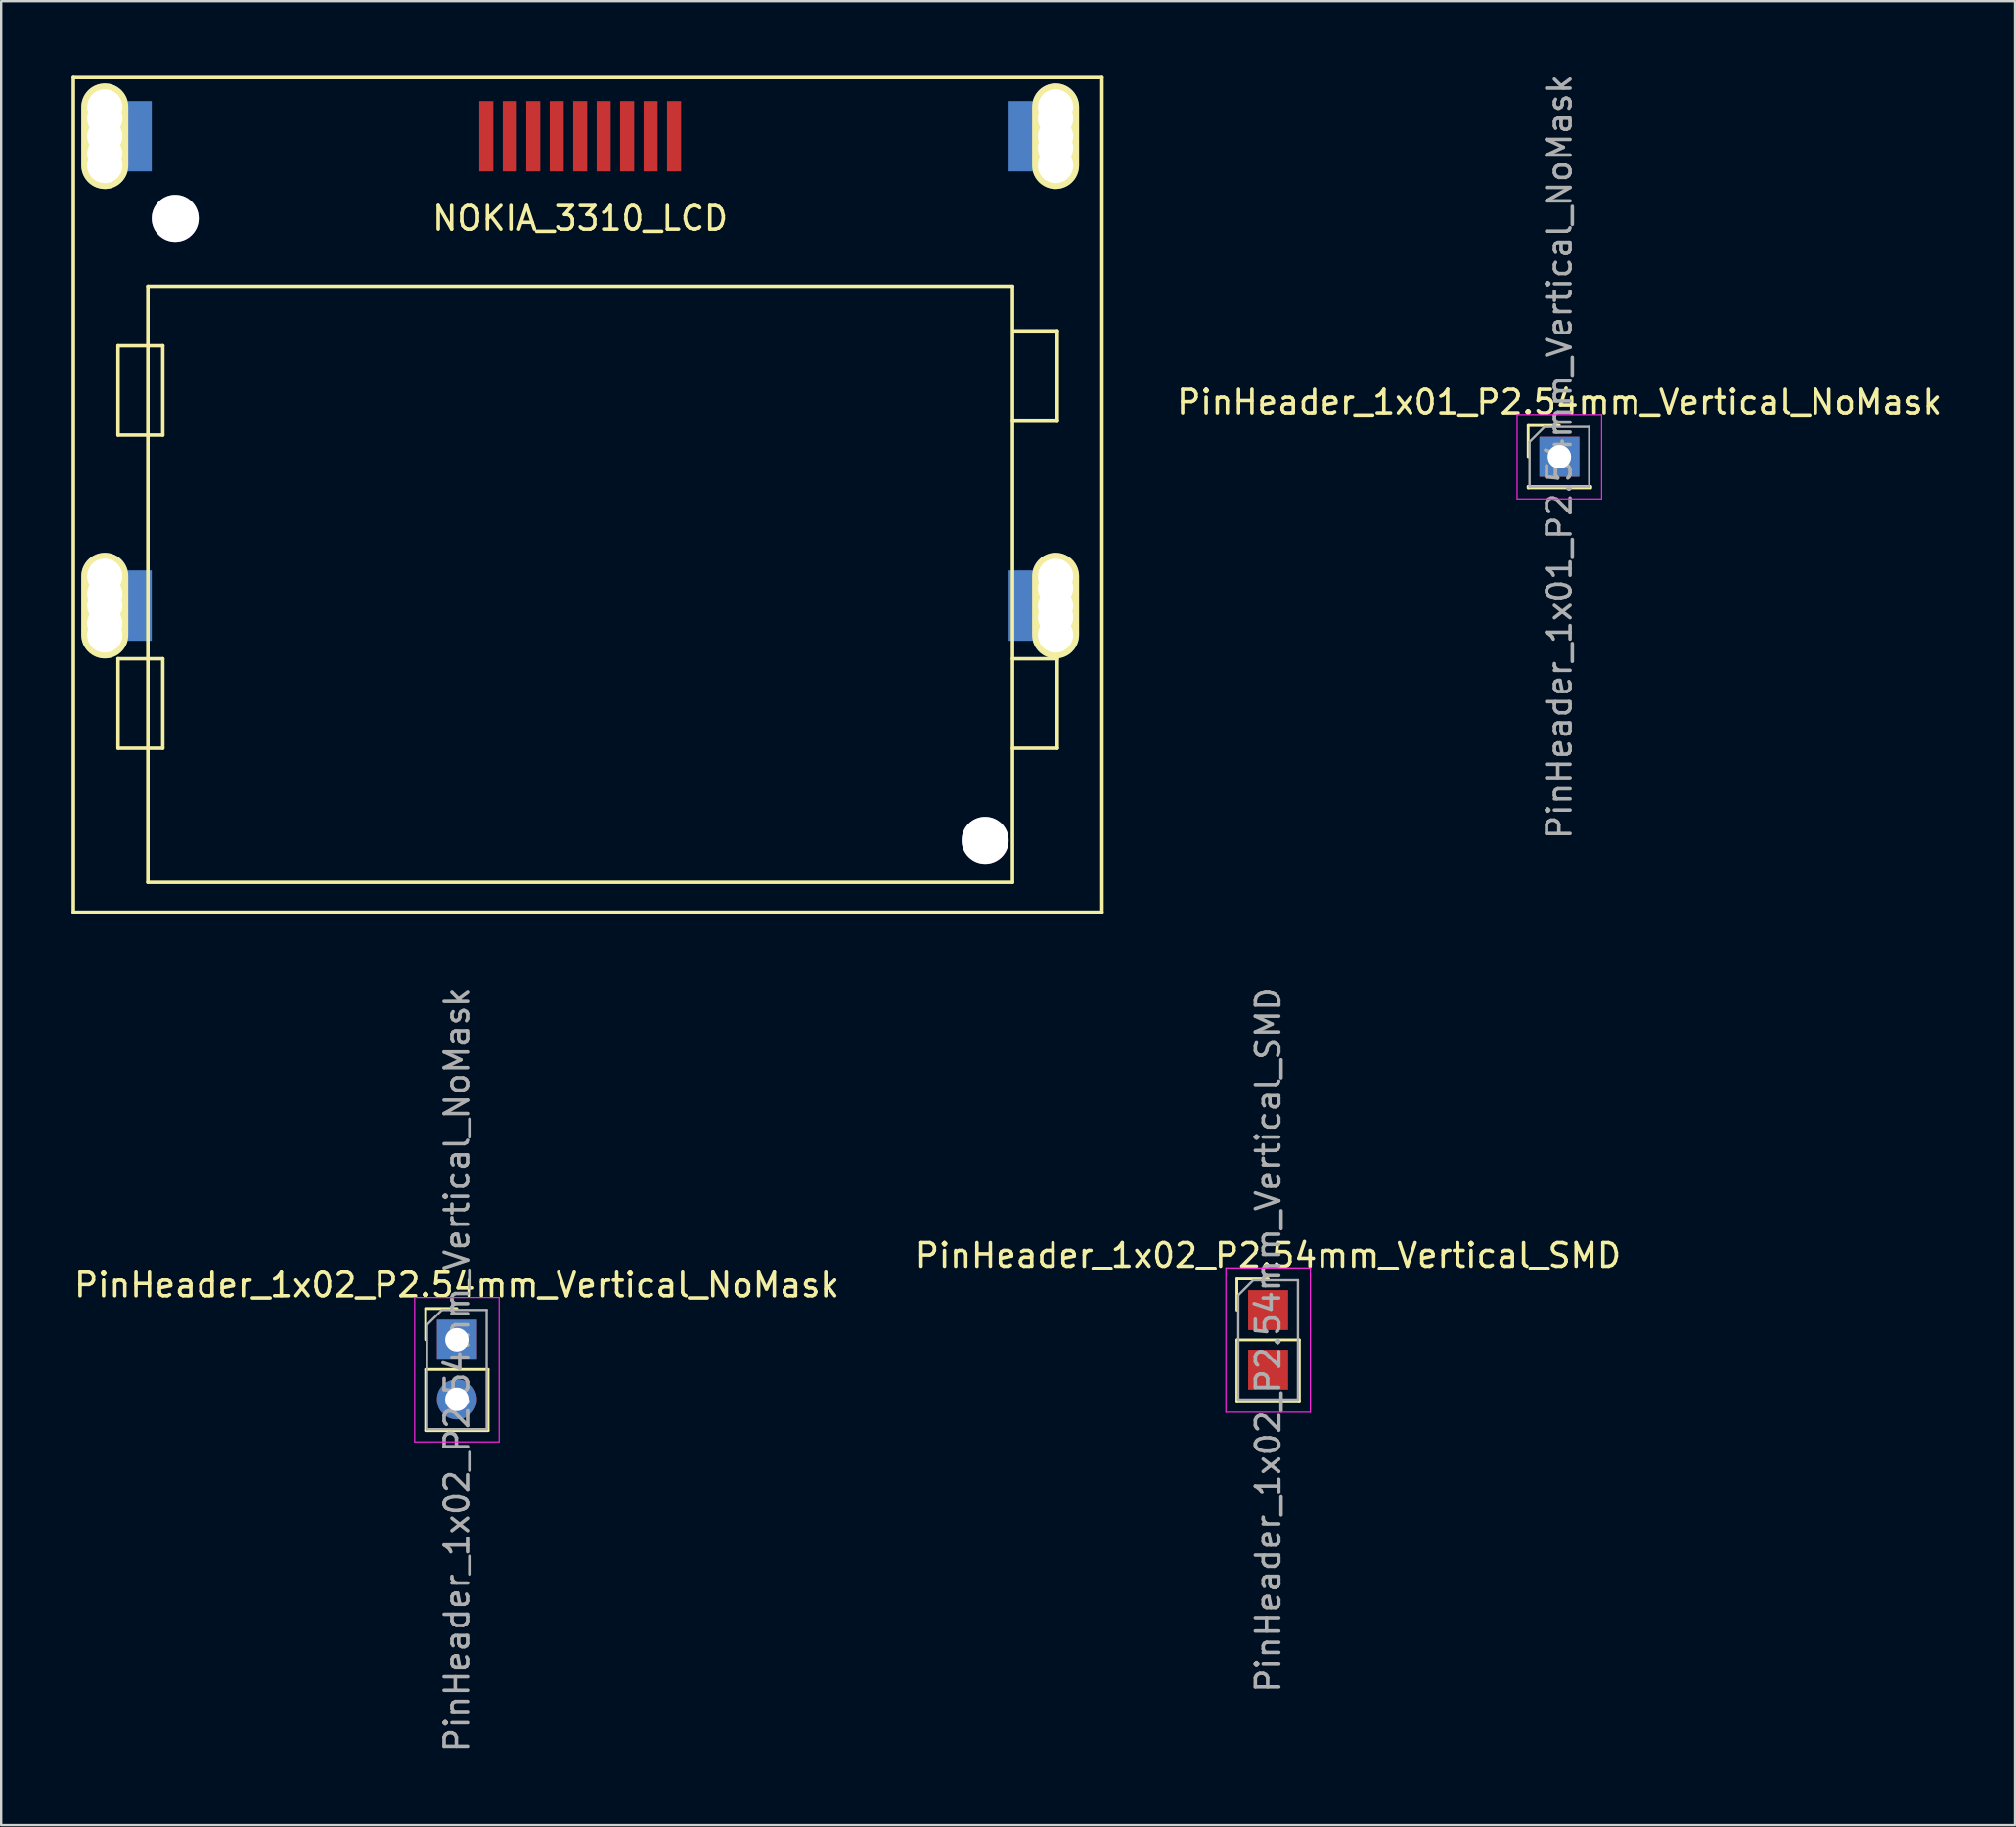
<source format=kicad_pcb>
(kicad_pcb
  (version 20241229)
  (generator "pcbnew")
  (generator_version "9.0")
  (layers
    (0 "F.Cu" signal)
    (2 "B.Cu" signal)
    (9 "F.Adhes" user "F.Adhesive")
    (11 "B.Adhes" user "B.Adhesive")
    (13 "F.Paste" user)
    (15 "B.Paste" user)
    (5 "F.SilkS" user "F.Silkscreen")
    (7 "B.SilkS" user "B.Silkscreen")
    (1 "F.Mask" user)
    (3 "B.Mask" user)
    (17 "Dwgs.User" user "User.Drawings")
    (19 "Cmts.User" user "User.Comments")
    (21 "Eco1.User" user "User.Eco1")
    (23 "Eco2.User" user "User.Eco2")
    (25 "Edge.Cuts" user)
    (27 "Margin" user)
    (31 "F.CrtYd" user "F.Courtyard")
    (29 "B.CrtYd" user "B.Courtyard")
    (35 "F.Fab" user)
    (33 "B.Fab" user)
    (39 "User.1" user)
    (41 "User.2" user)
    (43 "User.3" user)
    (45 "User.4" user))
  (footprint "PinHeader_1x01_P2.54mm_Vertical_NoMask"
    (layer "F.Cu")
    (at 63.376 16.411)
    (property "Reference" "PinHeader_1x01_P2.54mm_Vertical_NoMask" (at 0 -2.33 0) (layer "F.SilkS") (effects (font (size 1 1) (thickness 0.15))))
    (attr through_hole)
    (fp_line (start -1.33 -1.33) (end 0 -1.33) (stroke (width 0.12) (type solid)) (layer "F.SilkS"))
    (fp_line (start -1.33 0) (end -1.33 -1.33) (stroke (width 0.12) (type solid)) (layer "F.SilkS"))
    (fp_line (start -1.33 1.27) (end -1.33 1.33) (stroke (width 0.12) (type solid)) (layer "F.SilkS"))
    (fp_line (start -1.33 1.27) (end 1.33 1.27) (stroke (width 0.12) (type solid)) (layer "F.SilkS"))
    (fp_line (start -1.33 1.33) (end 1.33 1.33) (stroke (width 0.12) (type solid)) (layer "F.SilkS"))
    (fp_line (start 1.33 1.27) (end 1.33 1.33) (stroke (width 0.12) (type solid)) (layer "F.SilkS"))
    (fp_line (start -1.8 -1.8) (end -1.8 1.8) (stroke (width 0.05) (type solid)) (layer "F.CrtYd"))
    (fp_line (start -1.8 1.8) (end 1.8 1.8) (stroke (width 0.05) (type solid)) (layer "F.CrtYd"))
    (fp_line (start 1.8 -1.8) (end -1.8 -1.8) (stroke (width 0.05) (type solid)) (layer "F.CrtYd"))
    (fp_line (start 1.8 1.8) (end 1.8 -1.8) (stroke (width 0.05) (type solid)) (layer "F.CrtYd"))
    (fp_line (start -1.27 -0.635) (end -0.635 -1.27) (stroke (width 0.1) (type solid)) (layer "F.Fab"))
    (fp_line (start -1.27 1.27) (end -1.27 -0.635) (stroke (width 0.1) (type solid)) (layer "F.Fab"))
    (fp_line (start -0.635 -1.27) (end 1.27 -1.27) (stroke (width 0.1) (type solid)) (layer "F.Fab"))
    (fp_line (start 1.27 -1.27) (end 1.27 1.27) (stroke (width 0.1) (type solid)) (layer "F.Fab"))
    (fp_line (start 1.27 1.27) (end -1.27 1.27) (stroke (width 0.1) (type solid)) (layer "F.Fab"))
    (fp_text user "${REFERENCE}" (at 0 0 90) (layer "F.Fab") (effects (font (size 1 1) (thickness 0.15))))
    (pad "1" thru_hole rect (at 0 0) (size 1.7 1.7) (drill 1) (layers "*.Cu" "F.Mask")))
  (footprint "PinHeader_1x02_P2.54mm_Vertical_NoMask"
    (layer "F.Cu")
    (at 16.411 54.026)
    (property "Reference" "PinHeader_1x02_P2.54mm_Vertical_NoMask" (at 0 -2.33 0) (layer "F.SilkS") (effects (font (size 1 1) (thickness 0.15))))
    (attr through_hole)
    (fp_line (start -1.33 -1.33) (end 0 -1.33) (stroke (width 0.12) (type solid)) (layer "F.SilkS"))
    (fp_line (start -1.33 0) (end -1.33 -1.33) (stroke (width 0.12) (type solid)) (layer "F.SilkS"))
    (fp_line (start -1.33 1.27) (end -1.33 3.87) (stroke (width 0.12) (type solid)) (layer "F.SilkS"))
    (fp_line (start -1.33 1.27) (end 1.33 1.27) (stroke (width 0.12) (type solid)) (layer "F.SilkS"))
    (fp_line (start -1.33 3.87) (end 1.33 3.87) (stroke (width 0.12) (type solid)) (layer "F.SilkS"))
    (fp_line (start 1.33 1.27) (end 1.33 3.87) (stroke (width 0.12) (type solid)) (layer "F.SilkS"))
    (fp_line (start -1.8 -1.8) (end -1.8 4.35) (stroke (width 0.05) (type solid)) (layer "F.CrtYd"))
    (fp_line (start -1.8 4.35) (end 1.8 4.35) (stroke (width 0.05) (type solid)) (layer "F.CrtYd"))
    (fp_line (start 1.8 -1.8) (end -1.8 -1.8) (stroke (width 0.05) (type solid)) (layer "F.CrtYd"))
    (fp_line (start 1.8 4.35) (end 1.8 -1.8) (stroke (width 0.05) (type solid)) (layer "F.CrtYd"))
    (fp_line (start -1.27 -0.635) (end -0.635 -1.27) (stroke (width 0.1) (type solid)) (layer "F.Fab"))
    (fp_line (start -1.27 3.81) (end -1.27 -0.635) (stroke (width 0.1) (type solid)) (layer "F.Fab"))
    (fp_line (start -0.635 -1.27) (end 1.27 -1.27) (stroke (width 0.1) (type solid)) (layer "F.Fab"))
    (fp_line (start 1.27 -1.27) (end 1.27 3.81) (stroke (width 0.1) (type solid)) (layer "F.Fab"))
    (fp_line (start 1.27 3.81) (end -1.27 3.81) (stroke (width 0.1) (type solid)) (layer "F.Fab"))
    (fp_text user "${REFERENCE}" (at 0 1.27 90) (layer "F.Fab") (effects (font (size 1 1) (thickness 0.15))))
    (pad "1" thru_hole rect (at 0 0) (size 1.7 1.7) (drill 1) (layers "*.Cu" "F.Mask"))
    (pad "2" thru_hole oval (at 0 2.54) (size 1.7 1.7) (drill 1) (layers "*.Cu" "F.Mask")))
  (footprint "NOKIA_3310_LCD"
    (layer "F.Cu")
    (at 21.665 0.25)
    (property "Reference" "NOKIA_3310_LCD" (at 0 6 0) (layer "F.SilkS") (effects (font (size 1 1) (thickness 0.15))))
    (attr through_hole)
    (fp_line (start -21.59 0) (end 22.225 0) (stroke (width 0.15) (type solid)) (layer "F.SilkS"))
    (fp_line (start -21.59 35.56) (end -21.59 0) (stroke (width 0.15) (type solid)) (layer "F.SilkS"))
    (fp_line (start -19.685 11.43) (end -19.685 15.24) (stroke (width 0.15) (type solid)) (layer "F.SilkS"))
    (fp_line (start -19.685 11.43) (end -17.78 11.43) (stroke (width 0.15) (type solid)) (layer "F.SilkS"))
    (fp_line (start -19.685 24.765) (end -19.685 28.575) (stroke (width 0.15) (type solid)) (layer "F.SilkS"))
    (fp_line (start -19.685 24.765) (end -17.78 24.765) (stroke (width 0.15) (type solid)) (layer "F.SilkS"))
    (fp_line (start -18.415 8.89) (end -18.415 34.29) (stroke (width 0.15) (type solid)) (layer "F.SilkS"))
    (fp_line (start -18.415 8.89) (end 18.415 8.89) (stroke (width 0.15) (type solid)) (layer "F.SilkS"))
    (fp_line (start -17.78 11.43) (end -17.78 15.24) (stroke (width 0.15) (type solid)) (layer "F.SilkS"))
    (fp_line (start -17.78 15.24) (end -19.685 15.24) (stroke (width 0.15) (type solid)) (layer "F.SilkS"))
    (fp_line (start -17.78 24.765) (end -17.78 28.575) (stroke (width 0.15) (type solid)) (layer "F.SilkS"))
    (fp_line (start -17.78 28.575) (end -19.685 28.575) (stroke (width 0.15) (type solid)) (layer "F.SilkS"))
    (fp_line (start 18.415 8.89) (end 18.415 34.29) (stroke (width 0.15) (type solid)) (layer "F.SilkS"))
    (fp_line (start 18.415 14.605) (end 20.32 14.605) (stroke (width 0.15) (type solid)) (layer "F.SilkS"))
    (fp_line (start 18.415 28.575) (end 20.32 28.575) (stroke (width 0.15) (type solid)) (layer "F.SilkS"))
    (fp_line (start 18.415 34.29) (end -18.415 34.29) (stroke (width 0.15) (type solid)) (layer "F.SilkS"))
    (fp_line (start 20.32 10.795) (end 18.455 10.795) (stroke (width 0.15) (type solid)) (layer "F.SilkS"))
    (fp_line (start 20.32 10.795) (end 20.32 14.605) (stroke (width 0.15) (type solid)) (layer "F.SilkS"))
    (fp_line (start 20.32 24.765) (end 18.415 24.765) (stroke (width 0.15) (type solid)) (layer "F.SilkS"))
    (fp_line (start 20.32 24.765) (end 20.32 28.575) (stroke (width 0.15) (type solid)) (layer "F.SilkS"))
    (fp_line (start 22.225 0) (end 22.225 35.56) (stroke (width 0.15) (type solid)) (layer "F.SilkS"))
    (fp_line (start 22.225 35.56) (end -21.59 35.56) (stroke (width 0.15) (type solid)) (layer "F.SilkS"))
    (pad "" np_thru_hole circle (at -20.25 1.25) (size 1.5 1.5) (drill 1.5) (layers "*.Mask" "B.Cu" "F.SilkS"))
    (pad "" np_thru_hole circle (at -20.25 1.75) (size 1.5 1.5) (drill 1.5) (layers "*.Mask" "B.Cu" "F.SilkS"))
    (pad "" np_thru_hole oval (at -20.25 2.5) (size 2 4.5) (drill 1.5) (layers "*.Mask" "B.Cu" "F.SilkS"))
    (pad "" np_thru_hole circle (at -20.25 3.25) (size 1.5 1.5) (drill 1.5) (layers "*.Mask" "B.Cu" "F.SilkS"))
    (pad "" np_thru_hole circle (at -20.25 3.75) (size 1.5 1.5) (drill 1.5) (layers "*.Mask" "B.Cu" "F.SilkS"))
    (pad "" np_thru_hole circle (at -20.25 21.25) (size 1.5 1.5) (drill 1.5) (layers "*.Mask" "B.Cu" "F.SilkS"))
    (pad "" np_thru_hole circle (at -20.25 22) (size 1.5 1.5) (drill 1.5) (layers "*.Mask" "B.Cu" "F.SilkS"))
    (pad "" np_thru_hole oval (at -20.25 22.5) (size 2 4.5) (drill 1.5) (layers "*.Mask" "B.Cu" "F.SilkS"))
    (pad "" np_thru_hole circle (at -20.25 23.25) (size 1.5 1.5) (drill 1.5) (layers "*.Mask" "B.Cu" "F.SilkS"))
    (pad "" np_thru_hole circle (at -20.25 23.75) (size 1.5 1.5) (drill 1.5) (layers "*.Mask" "B.Cu" "F.SilkS"))
    (pad "" smd rect (at -19 2.5) (size 1.5 3) (layers "B.Cu" "B.Mask" "B.Paste"))
    (pad "" smd rect (at -19 22.5) (size 1.5 3) (layers "B.Cu" "B.Mask" "B.Paste"))
    (pad "" thru_hole circle (at -17.25 6) (size 2 2) (drill 2) (layers "*.Cu"))
    (pad "" thru_hole circle (at 17.25 32.5) (size 2 2) (drill 2) (layers "*.Cu"))
    (pad "" smd rect (at 19 2.5) (size 1.5 3) (layers "B.Cu" "B.Mask" "B.Paste"))
    (pad "" smd rect (at 19 22.5) (size 1.5 3) (layers "B.Cu" "B.Mask" "B.Paste"))
    (pad "" np_thru_hole circle (at 20.25 1.25) (size 1.5 1.5) (drill 1.5) (layers "*.Mask" "B.Cu" "F.SilkS"))
    (pad "" np_thru_hole circle (at 20.25 1.75) (size 1.5 1.5) (drill 1.5) (layers "*.Mask" "B.Cu" "F.SilkS"))
    (pad "" np_thru_hole oval (at 20.25 2.5) (size 2 4.5) (drill 1.5) (layers "*.Mask" "B.Cu" "F.SilkS"))
    (pad "" np_thru_hole circle (at 20.25 3) (size 1.5 1.5) (drill 1.5) (layers "*.Mask" "B.Cu" "F.SilkS"))
    (pad "" np_thru_hole circle (at 20.25 3.75) (size 1.5 1.5) (drill 1.5) (layers "*.Mask" "B.Cu" "F.SilkS"))
    (pad "" np_thru_hole circle (at 20.25 21.25) (size 1.5 1.5) (drill 1.5) (layers "*.Mask" "B.Cu" "F.SilkS"))
    (pad "" np_thru_hole circle (at 20.25 21.75) (size 1.5 1.5) (drill 1.5) (layers "*.Mask" "B.Cu" "F.SilkS"))
    (pad "" np_thru_hole oval (at 20.25 22.5) (size 2 4.5) (drill 1.5) (layers "*.Mask" "B.Cu" "F.SilkS"))
    (pad "" np_thru_hole circle (at 20.25 23) (size 1.5 1.5) (drill 1.5) (layers "*.Mask" "B.Cu" "F.SilkS"))
    (pad "" np_thru_hole circle (at 20.25 23.75) (size 1.5 1.5) (drill 1.5) (layers "*.Mask" "B.Cu" "F.SilkS"))
    (pad "1" smd rect (at -4 2.5) (size 0.6 3) (layers "F.Cu" "F.Mask" "F.Paste"))
    (pad "2" smd rect (at -3 2.5) (size 0.6 3) (layers "F.Cu" "F.Mask" "F.Paste"))
    (pad "3" smd rect (at -2 2.5) (size 0.6 3) (layers "F.Cu" "F.Mask" "F.Paste"))
    (pad "4" smd rect (at -1 2.5) (size 0.6 3) (layers "F.Cu" "F.Mask" "F.Paste"))
    (pad "5" smd rect (at 0 2.5) (size 0.6 3) (layers "F.Cu" "F.Mask" "F.Paste"))
    (pad "6" smd rect (at 1 2.5) (size 0.6 3) (layers "F.Cu" "F.Mask" "F.Paste"))
    (pad "7" smd rect (at 2 2.5) (size 0.6 3) (layers "F.Cu" "F.Mask" "F.Paste"))
    (pad "8" smd rect (at 3 2.5) (size 0.6 3) (layers "F.Cu" "F.Mask" "F.Paste"))
    (pad "9" smd rect (at 4 2.5) (size 0.6 3) (layers "F.Cu" "F.Mask" "F.Paste")))
  (footprint "PinHeader_1x02_P2.54mm_Vertical_SMD"
    (layer "F.Cu")
    (at 50.97 52.764)
    (property "Reference" "PinHeader_1x02_P2.54mm_Vertical_SMD" (at 0 -2.33 0) (layer "F.SilkS") (effects (font (size 1 1) (thickness 0.15))))
    (attr through_hole)
    (fp_line (start -1.33 -1.33) (end 0 -1.33) (stroke (width 0.12) (type solid)) (layer "F.SilkS"))
    (fp_line (start -1.33 0) (end -1.33 -1.33) (stroke (width 0.12) (type solid)) (layer "F.SilkS"))
    (fp_line (start -1.33 1.27) (end -1.33 3.87) (stroke (width 0.12) (type solid)) (layer "F.SilkS"))
    (fp_line (start -1.33 1.27) (end 1.33 1.27) (stroke (width 0.12) (type solid)) (layer "F.SilkS"))
    (fp_line (start -1.33 3.87) (end 1.33 3.87) (stroke (width 0.12) (type solid)) (layer "F.SilkS"))
    (fp_line (start 1.33 1.27) (end 1.33 3.87) (stroke (width 0.12) (type solid)) (layer "F.SilkS"))
    (fp_line (start -1.8 -1.8) (end -1.8 4.35) (stroke (width 0.05) (type solid)) (layer "F.CrtYd"))
    (fp_line (start -1.8 4.35) (end 1.8 4.35) (stroke (width 0.05) (type solid)) (layer "F.CrtYd"))
    (fp_line (start 1.8 -1.8) (end -1.8 -1.8) (stroke (width 0.05) (type solid)) (layer "F.CrtYd"))
    (fp_line (start 1.8 4.35) (end 1.8 -1.8) (stroke (width 0.05) (type solid)) (layer "F.CrtYd"))
    (fp_line (start -1.27 -0.635) (end -0.635 -1.27) (stroke (width 0.1) (type solid)) (layer "F.Fab"))
    (fp_line (start -1.27 3.81) (end -1.27 -0.635) (stroke (width 0.1) (type solid)) (layer "F.Fab"))
    (fp_line (start -0.635 -1.27) (end 1.27 -1.27) (stroke (width 0.1) (type solid)) (layer "F.Fab"))
    (fp_line (start 1.27 -1.27) (end 1.27 3.81) (stroke (width 0.1) (type solid)) (layer "F.Fab"))
    (fp_line (start 1.27 3.81) (end -1.27 3.81) (stroke (width 0.1) (type solid)) (layer "F.Fab"))
    (fp_text user "${REFERENCE}" (at 0 1.27 90) (layer "F.Fab") (effects (font (size 1 1) (thickness 0.15))))
    (pad "1" smd rect (at 0 0) (size 1.7 1.7) (layers "F.Cu" "F.Mask" "F.Paste"))
    (pad "2" smd rect (at 0 2.54) (size 1.7 1.7) (layers "F.Cu" "F.Mask" "F.Paste")))
  (gr_rect
    (start -3 -3)
    (end 82.786 74.706)
    (stroke (width 0.1) (type default))
    (fill no)
    (layer "Edge.Cuts")))
</source>
